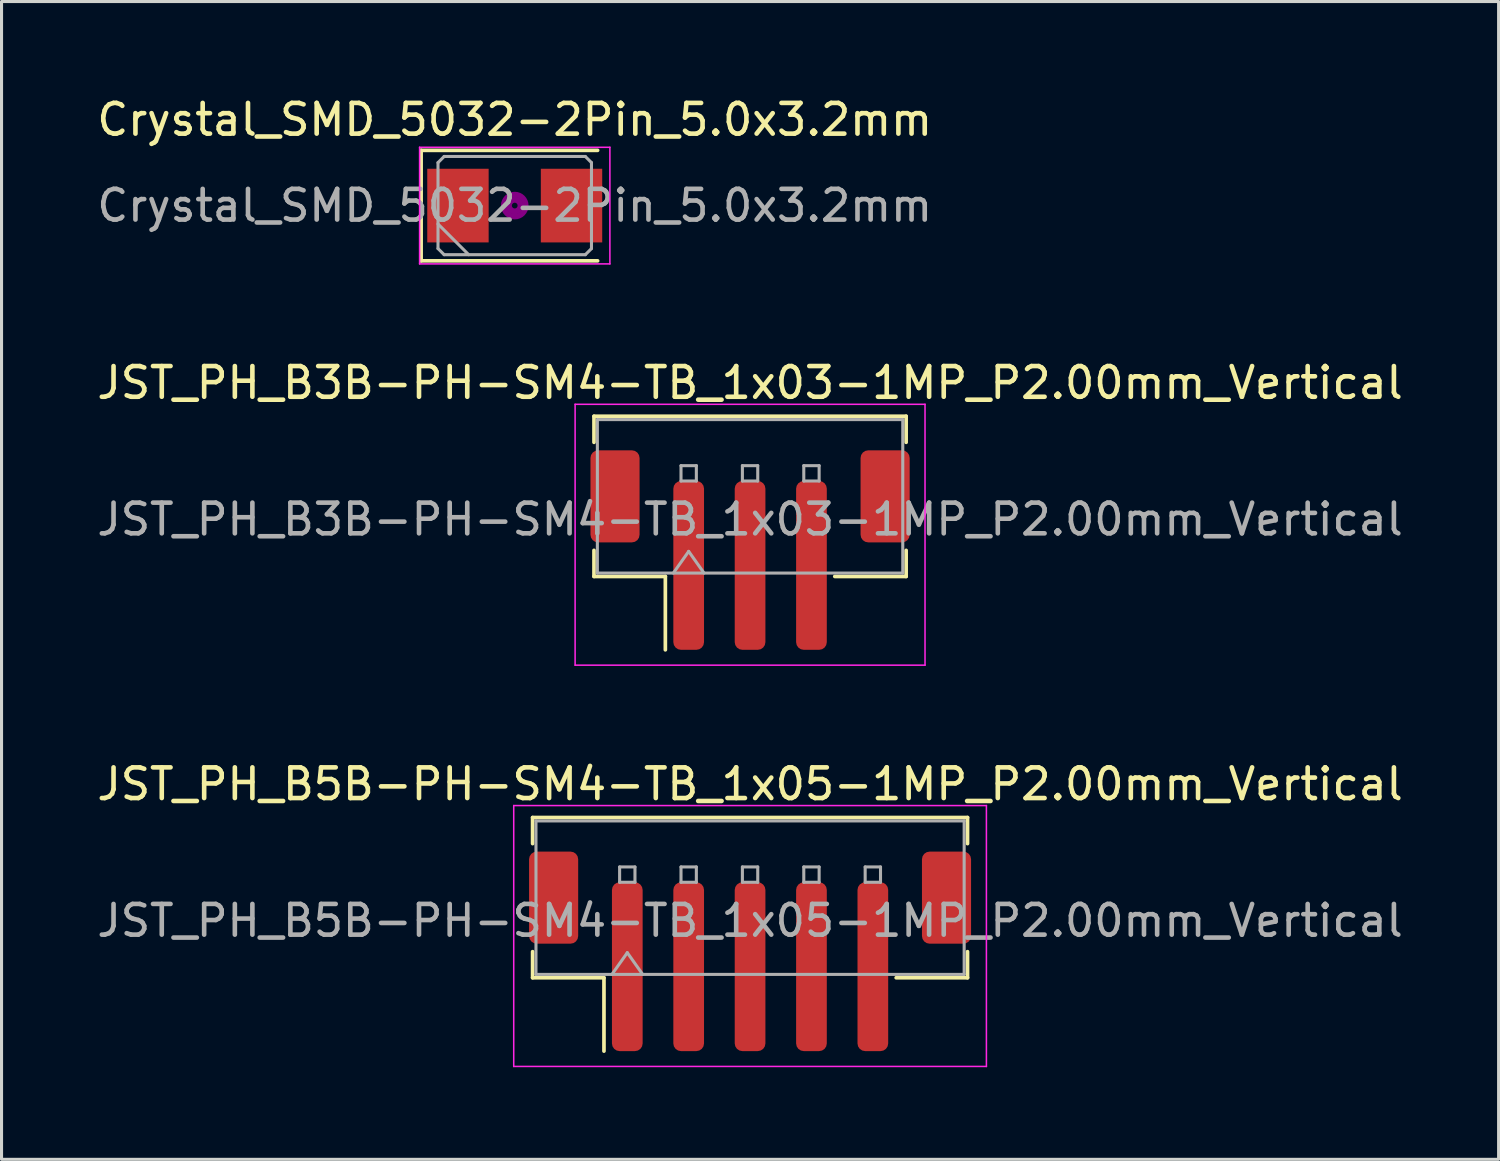
<source format=kicad_pcb>
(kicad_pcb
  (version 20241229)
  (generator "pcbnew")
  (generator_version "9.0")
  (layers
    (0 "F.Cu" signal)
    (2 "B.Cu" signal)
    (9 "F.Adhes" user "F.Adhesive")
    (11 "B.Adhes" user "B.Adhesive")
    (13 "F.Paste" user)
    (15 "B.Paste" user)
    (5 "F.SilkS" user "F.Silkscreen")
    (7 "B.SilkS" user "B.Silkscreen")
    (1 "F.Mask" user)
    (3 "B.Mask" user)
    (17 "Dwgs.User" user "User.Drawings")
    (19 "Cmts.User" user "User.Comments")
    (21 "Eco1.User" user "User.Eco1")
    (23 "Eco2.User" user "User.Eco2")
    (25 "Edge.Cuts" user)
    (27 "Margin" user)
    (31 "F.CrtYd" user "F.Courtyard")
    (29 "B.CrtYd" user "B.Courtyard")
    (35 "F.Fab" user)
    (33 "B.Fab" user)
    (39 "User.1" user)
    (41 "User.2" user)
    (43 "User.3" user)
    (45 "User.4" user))
  (footprint "Crystal_SMD_5032-2Pin_5.0x3.2mm"
    (layer "F.Cu")
    (at 13.72 3.648)
    (property "Reference" "Crystal_SMD_5032-2Pin_5.0x3.2mm" (at 0 -2.8 0) (layer "F.SilkS") (effects (font (size 1 1) (thickness 0.15))))
    (attr smd)
    (fp_line (start -3.05 -1.8) (end -3.05 1.8) (stroke (width 0.12) (type solid)) (layer "F.SilkS"))
    (fp_line (start -3.05 1.8) (end 2.7 1.8) (stroke (width 0.12) (type solid)) (layer "F.SilkS"))
    (fp_line (start 2.7 -1.8) (end -3.05 -1.8) (stroke (width 0.12) (type solid)) (layer "F.SilkS"))
    (fp_circle (center 0 0) (end 0.093 0) (stroke (width 0.187) (type solid)) (fill no) (layer "F.Adhes"))
    (fp_circle (center 0 0) (end 0.213 0) (stroke (width 0.133) (type solid)) (fill no) (layer "F.Adhes"))
    (fp_circle (center 0 0) (end 0.333 0) (stroke (width 0.133) (type solid)) (fill no) (layer "F.Adhes"))
    (fp_circle (center 0 0) (end 0.4 0) (stroke (width 0.1) (type solid)) (fill no) (layer "F.Adhes"))
    (fp_line (start -3.1 -1.9) (end -3.1 1.9) (stroke (width 0.05) (type solid)) (layer "F.CrtYd"))
    (fp_line (start -3.1 1.9) (end 3.1 1.9) (stroke (width 0.05) (type solid)) (layer "F.CrtYd"))
    (fp_line (start 3.1 -1.9) (end -3.1 -1.9) (stroke (width 0.05) (type solid)) (layer "F.CrtYd"))
    (fp_line (start 3.1 1.9) (end 3.1 -1.9) (stroke (width 0.05) (type solid)) (layer "F.CrtYd"))
    (fp_line (start -2.5 -1.4) (end -2.3 -1.6) (stroke (width 0.1) (type solid)) (layer "F.Fab"))
    (fp_line (start -2.5 0.6) (end -1.5 1.6) (stroke (width 0.1) (type solid)) (layer "F.Fab"))
    (fp_line (start -2.5 1.4) (end -2.5 -1.4) (stroke (width 0.1) (type solid)) (layer "F.Fab"))
    (fp_line (start -2.3 -1.6) (end 2.3 -1.6) (stroke (width 0.1) (type solid)) (layer "F.Fab"))
    (fp_line (start -2.3 1.6) (end -2.5 1.4) (stroke (width 0.1) (type solid)) (layer "F.Fab"))
    (fp_line (start 2.3 -1.6) (end 2.5 -1.4) (stroke (width 0.1) (type solid)) (layer "F.Fab"))
    (fp_line (start 2.3 1.6) (end -2.3 1.6) (stroke (width 0.1) (type solid)) (layer "F.Fab"))
    (fp_line (start 2.5 -1.4) (end 2.5 1.4) (stroke (width 0.1) (type solid)) (layer "F.Fab"))
    (fp_line (start 2.5 1.4) (end 2.3 1.6) (stroke (width 0.1) (type solid)) (layer "F.Fab"))
    (fp_text user "${REFERENCE}" (at 0 0 0) (layer "F.Fab") (effects (font (size 1 1) (thickness 0.15))))
    (pad "1" smd rect (at -1.85 0) (size 2 2.4) (layers "F.Cu" "F.Mask" "F.Paste"))
    (pad "2" smd rect (at 1.85 0) (size 2 2.4) (layers "F.Cu" "F.Mask" "F.Paste")))
  (footprint "JST_PH_B3B-PH-SM4-TB_1x03-1MP_P2.00mm_Vertical"
    (layer "F.Cu")
    (at 21.387 14.871)
    (property "Reference" "JST_PH_B3B-PH-SM4-TB_1x03-1MP_P2.00mm_Vertical" (at 0 -5.45 0) (layer "F.SilkS") (effects (font (size 1 1) (thickness 0.15))))
    (attr smd)
    (fp_line (start -5.085 -4.36) (end 5.085 -4.36) (stroke (width 0.12) (type solid)) (layer "F.SilkS"))
    (fp_line (start -5.085 -3.51) (end -5.085 -4.36) (stroke (width 0.12) (type solid)) (layer "F.SilkS"))
    (fp_line (start -5.085 0.01) (end -5.085 0.86) (stroke (width 0.12) (type solid)) (layer "F.SilkS"))
    (fp_line (start -5.085 0.86) (end -2.76 0.86) (stroke (width 0.12) (type solid)) (layer "F.SilkS"))
    (fp_line (start -2.76 0.86) (end -2.76 3.25) (stroke (width 0.12) (type solid)) (layer "F.SilkS"))
    (fp_line (start 5.085 -4.36) (end 5.085 -3.51) (stroke (width 0.12) (type solid)) (layer "F.SilkS"))
    (fp_line (start 5.085 0.01) (end 5.085 0.86) (stroke (width 0.12) (type solid)) (layer "F.SilkS"))
    (fp_line (start 5.085 0.86) (end 2.76 0.86) (stroke (width 0.12) (type solid)) (layer "F.SilkS"))
    (fp_line (start -5.7 -4.75) (end -5.7 3.75) (stroke (width 0.05) (type solid)) (layer "F.CrtYd"))
    (fp_line (start -5.7 3.75) (end 5.7 3.75) (stroke (width 0.05) (type solid)) (layer "F.CrtYd"))
    (fp_line (start 5.7 -4.75) (end -5.7 -4.75) (stroke (width 0.05) (type solid)) (layer "F.CrtYd"))
    (fp_line (start 5.7 3.75) (end 5.7 -4.75) (stroke (width 0.05) (type solid)) (layer "F.CrtYd"))
    (fp_line (start -4.975 -4.25) (end 4.975 -4.25) (stroke (width 0.1) (type solid)) (layer "F.Fab"))
    (fp_line (start -4.975 0.75) (end -4.975 -4.25) (stroke (width 0.1) (type solid)) (layer "F.Fab"))
    (fp_line (start -4.975 0.75) (end 4.975 0.75) (stroke (width 0.1) (type solid)) (layer "F.Fab"))
    (fp_line (start -2.5 0.75) (end -2 0.043) (stroke (width 0.1) (type solid)) (layer "F.Fab"))
    (fp_line (start -2.25 -2.75) (end -2.25 -2.25) (stroke (width 0.1) (type solid)) (layer "F.Fab"))
    (fp_line (start -2.25 -2.25) (end -1.75 -2.25) (stroke (width 0.1) (type solid)) (layer "F.Fab"))
    (fp_line (start -2 0.043) (end -1.5 0.75) (stroke (width 0.1) (type solid)) (layer "F.Fab"))
    (fp_line (start -1.75 -2.75) (end -2.25 -2.75) (stroke (width 0.1) (type solid)) (layer "F.Fab"))
    (fp_line (start -1.75 -2.25) (end -1.75 -2.75) (stroke (width 0.1) (type solid)) (layer "F.Fab"))
    (fp_line (start -0.25 -2.75) (end -0.25 -2.25) (stroke (width 0.1) (type solid)) (layer "F.Fab"))
    (fp_line (start -0.25 -2.25) (end 0.25 -2.25) (stroke (width 0.1) (type solid)) (layer "F.Fab"))
    (fp_line (start 0.25 -2.75) (end -0.25 -2.75) (stroke (width 0.1) (type solid)) (layer "F.Fab"))
    (fp_line (start 0.25 -2.25) (end 0.25 -2.75) (stroke (width 0.1) (type solid)) (layer "F.Fab"))
    (fp_line (start 1.75 -2.75) (end 1.75 -2.25) (stroke (width 0.1) (type solid)) (layer "F.Fab"))
    (fp_line (start 1.75 -2.25) (end 2.25 -2.25) (stroke (width 0.1) (type solid)) (layer "F.Fab"))
    (fp_line (start 2.25 -2.75) (end 1.75 -2.75) (stroke (width 0.1) (type solid)) (layer "F.Fab"))
    (fp_line (start 2.25 -2.25) (end 2.25 -2.75) (stroke (width 0.1) (type solid)) (layer "F.Fab"))
    (fp_line (start 4.975 0.75) (end 4.975 -4.25) (stroke (width 0.1) (type solid)) (layer "F.Fab"))
    (fp_text user "${REFERENCE}" (at 0 -1 0) (layer "F.Fab") (effects (font (size 1 1) (thickness 0.15))))
    (pad "1" smd roundrect (at -2 0.5) (size 1 5.5) (layers "F.Cu" "F.Mask" "F.Paste") (roundrect_rratio 0.25))
    (pad "2" smd roundrect (at 0 0.5) (size 1 5.5) (layers "F.Cu" "F.Mask" "F.Paste") (roundrect_rratio 0.25))
    (pad "3" smd roundrect (at 2 0.5) (size 1 5.5) (layers "F.Cu" "F.Mask" "F.Paste") (roundrect_rratio 0.25))
    (pad "MP" smd roundrect (at -4.4 -1.75) (size 1.6 3) (layers "F.Cu" "F.Mask" "F.Paste") (roundrect_rratio 0.156))
    (pad "MP" smd roundrect (at 4.4 -1.75) (size 1.6 3) (layers "F.Cu" "F.Mask" "F.Paste") (roundrect_rratio 0.156)))
  (footprint "JST_PH_B5B-PH-SM4-TB_1x05-1MP_P2.00mm_Vertical"
    (layer "F.Cu")
    (at 21.387 27.945)
    (property "Reference" "JST_PH_B5B-PH-SM4-TB_1x05-1MP_P2.00mm_Vertical" (at 0 -5.45 0) (layer "F.SilkS") (effects (font (size 1 1) (thickness 0.15))))
    (attr smd)
    (fp_line (start -7.085 -4.36) (end 7.085 -4.36) (stroke (width 0.12) (type solid)) (layer "F.SilkS"))
    (fp_line (start -7.085 -3.51) (end -7.085 -4.36) (stroke (width 0.12) (type solid)) (layer "F.SilkS"))
    (fp_line (start -7.085 0.01) (end -7.085 0.86) (stroke (width 0.12) (type solid)) (layer "F.SilkS"))
    (fp_line (start -7.085 0.86) (end -4.76 0.86) (stroke (width 0.12) (type solid)) (layer "F.SilkS"))
    (fp_line (start -4.76 0.86) (end -4.76 3.25) (stroke (width 0.12) (type solid)) (layer "F.SilkS"))
    (fp_line (start 7.085 -4.36) (end 7.085 -3.51) (stroke (width 0.12) (type solid)) (layer "F.SilkS"))
    (fp_line (start 7.085 0.01) (end 7.085 0.86) (stroke (width 0.12) (type solid)) (layer "F.SilkS"))
    (fp_line (start 7.085 0.86) (end 4.76 0.86) (stroke (width 0.12) (type solid)) (layer "F.SilkS"))
    (fp_line (start -7.7 -4.75) (end -7.7 3.75) (stroke (width 0.05) (type solid)) (layer "F.CrtYd"))
    (fp_line (start -7.7 3.75) (end 7.7 3.75) (stroke (width 0.05) (type solid)) (layer "F.CrtYd"))
    (fp_line (start 7.7 -4.75) (end -7.7 -4.75) (stroke (width 0.05) (type solid)) (layer "F.CrtYd"))
    (fp_line (start 7.7 3.75) (end 7.7 -4.75) (stroke (width 0.05) (type solid)) (layer "F.CrtYd"))
    (fp_line (start -6.975 -4.25) (end 6.975 -4.25) (stroke (width 0.1) (type solid)) (layer "F.Fab"))
    (fp_line (start -6.975 0.75) (end -6.975 -4.25) (stroke (width 0.1) (type solid)) (layer "F.Fab"))
    (fp_line (start -6.975 0.75) (end 6.975 0.75) (stroke (width 0.1) (type solid)) (layer "F.Fab"))
    (fp_line (start -4.5 0.75) (end -4 0.043) (stroke (width 0.1) (type solid)) (layer "F.Fab"))
    (fp_line (start -4.25 -2.75) (end -4.25 -2.25) (stroke (width 0.1) (type solid)) (layer "F.Fab"))
    (fp_line (start -4.25 -2.25) (end -3.75 -2.25) (stroke (width 0.1) (type solid)) (layer "F.Fab"))
    (fp_line (start -4 0.043) (end -3.5 0.75) (stroke (width 0.1) (type solid)) (layer "F.Fab"))
    (fp_line (start -3.75 -2.75) (end -4.25 -2.75) (stroke (width 0.1) (type solid)) (layer "F.Fab"))
    (fp_line (start -3.75 -2.25) (end -3.75 -2.75) (stroke (width 0.1) (type solid)) (layer "F.Fab"))
    (fp_line (start -2.25 -2.75) (end -2.25 -2.25) (stroke (width 0.1) (type solid)) (layer "F.Fab"))
    (fp_line (start -2.25 -2.25) (end -1.75 -2.25) (stroke (width 0.1) (type solid)) (layer "F.Fab"))
    (fp_line (start -1.75 -2.75) (end -2.25 -2.75) (stroke (width 0.1) (type solid)) (layer "F.Fab"))
    (fp_line (start -1.75 -2.25) (end -1.75 -2.75) (stroke (width 0.1) (type solid)) (layer "F.Fab"))
    (fp_line (start -0.25 -2.75) (end -0.25 -2.25) (stroke (width 0.1) (type solid)) (layer "F.Fab"))
    (fp_line (start -0.25 -2.25) (end 0.25 -2.25) (stroke (width 0.1) (type solid)) (layer "F.Fab"))
    (fp_line (start 0.25 -2.75) (end -0.25 -2.75) (stroke (width 0.1) (type solid)) (layer "F.Fab"))
    (fp_line (start 0.25 -2.25) (end 0.25 -2.75) (stroke (width 0.1) (type solid)) (layer "F.Fab"))
    (fp_line (start 1.75 -2.75) (end 1.75 -2.25) (stroke (width 0.1) (type solid)) (layer "F.Fab"))
    (fp_line (start 1.75 -2.25) (end 2.25 -2.25) (stroke (width 0.1) (type solid)) (layer "F.Fab"))
    (fp_line (start 2.25 -2.75) (end 1.75 -2.75) (stroke (width 0.1) (type solid)) (layer "F.Fab"))
    (fp_line (start 2.25 -2.25) (end 2.25 -2.75) (stroke (width 0.1) (type solid)) (layer "F.Fab"))
    (fp_line (start 3.75 -2.75) (end 3.75 -2.25) (stroke (width 0.1) (type solid)) (layer "F.Fab"))
    (fp_line (start 3.75 -2.25) (end 4.25 -2.25) (stroke (width 0.1) (type solid)) (layer "F.Fab"))
    (fp_line (start 4.25 -2.75) (end 3.75 -2.75) (stroke (width 0.1) (type solid)) (layer "F.Fab"))
    (fp_line (start 4.25 -2.25) (end 4.25 -2.75) (stroke (width 0.1) (type solid)) (layer "F.Fab"))
    (fp_line (start 6.975 0.75) (end 6.975 -4.25) (stroke (width 0.1) (type solid)) (layer "F.Fab"))
    (fp_text user "${REFERENCE}" (at 0 -1 0) (layer "F.Fab") (effects (font (size 1 1) (thickness 0.15))))
    (pad "1" smd roundrect (at -4 0.5) (size 1 5.5) (layers "F.Cu" "F.Mask" "F.Paste") (roundrect_rratio 0.25))
    (pad "2" smd roundrect (at -2 0.5) (size 1 5.5) (layers "F.Cu" "F.Mask" "F.Paste") (roundrect_rratio 0.25))
    (pad "3" smd roundrect (at 0 0.5) (size 1 5.5) (layers "F.Cu" "F.Mask" "F.Paste") (roundrect_rratio 0.25))
    (pad "4" smd roundrect (at 2 0.5) (size 1 5.5) (layers "F.Cu" "F.Mask" "F.Paste") (roundrect_rratio 0.25))
    (pad "5" smd roundrect (at 4 0.5) (size 1 5.5) (layers "F.Cu" "F.Mask" "F.Paste") (roundrect_rratio 0.25))
    (pad "MP" smd roundrect (at -6.4 -1.75) (size 1.6 3) (layers "F.Cu" "F.Mask" "F.Paste") (roundrect_rratio 0.156))
    (pad "MP" smd roundrect (at 6.4 -1.75) (size 1.6 3) (layers "F.Cu" "F.Mask" "F.Paste") (roundrect_rratio 0.156)))
  (gr_rect
    (start -3 -3)
    (end 45.774 34.72)
    (stroke (width 0.1) (type default))
    (fill no)
    (layer "Edge.Cuts")))
</source>
